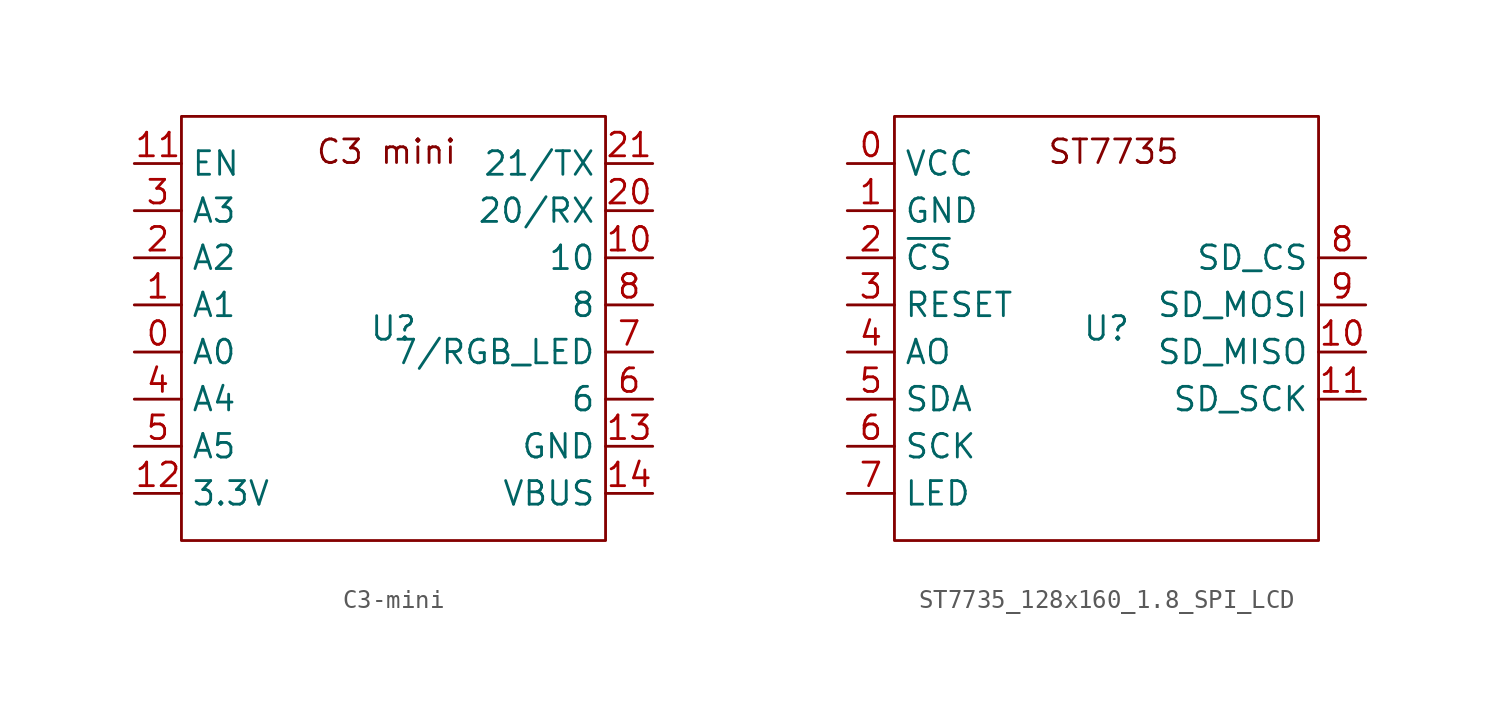
<source format=kicad_sym>
(kicad_symbol_lib
  (version 20240819)
  (generator "kicad_symbol_editor")
  (generator_version "8.99")
  (symbol "C3-mini"
    (property "Reference" "U"
      (at 0 0 0)
      (effects (font (size 1.27 1.27))))
    (property "Value" ""
      (at 0 0 0)
      (effects (font (size 1.27 1.27))))
    (symbol "C3-mini_0_1"
      (rectangle (start -11.43 11.43) (end 11.43 -11.43) (stroke (width 0) (type default)) (fill (type none))))
    (symbol "C3-mini_1_1"
      (text "C3 mini\n" (at -0.381 9.525 0) (effects (font (size 1.27 1.27))))
      (pin input line (at -13.97 8.89 0) (length 2.54) (name "EN" (effects (font (size 1.27 1.27)))) (number "11" (effects (font (size 1.27 1.27)))))
      (pin bidirectional line (at -13.97 6.35 0) (length 2.54) (name "A3" (effects (font (size 1.27 1.27)))) (number "3" (effects (font (size 1.27 1.27)))))
      (pin bidirectional line (at -13.97 3.81 0) (length 2.54) (name "A2" (effects (font (size 1.27 1.27)))) (number "2" (effects (font (size 1.27 1.27)))))
      (pin bidirectional line (at -13.97 1.27 0) (length 2.54) (name "A1" (effects (font (size 1.27 1.27)))) (number "1" (effects (font (size 1.27 1.27)))))
      (pin bidirectional line (at -13.97 -1.27 0) (length 2.54) (name "A0" (effects (font (size 1.27 1.27)))) (number "0" (effects (font (size 1.27 1.27)))))
      (pin bidirectional line (at -13.97 -3.81 0) (length 2.54) (name "A4" (effects (font (size 1.27 1.27)))) (number "4" (effects (font (size 1.27 1.27)))))
      (pin bidirectional line (at -13.97 -6.35 0) (length 2.54) (name "A5" (effects (font (size 1.27 1.27)))) (number "5" (effects (font (size 1.27 1.27)))))
      (pin power_out line (at -13.97 -8.89 0) (length 2.54) (name "3.3V" (effects (font (size 1.27 1.27)))) (number "12" (effects (font (size 1.27 1.27)))))
      (pin bidirectional line (at 13.97 8.89 180) (length 2.54) (name "21/TX" (effects (font (size 1.27 1.27)))) (number "21" (effects (font (size 1.27 1.27)))))
      (pin bidirectional line (at 13.97 6.35 180) (length 2.54) (name "20/RX" (effects (font (size 1.27 1.27)))) (number "20" (effects (font (size 1.27 1.27)))))
      (pin bidirectional line (at 13.97 3.81 180) (length 2.54) (name "10" (effects (font (size 1.27 1.27)))) (number "10" (effects (font (size 1.27 1.27)))))
      (pin bidirectional line (at 13.97 1.27 180) (length 2.54) (name "8" (effects (font (size 1.27 1.27)))) (number "8" (effects (font (size 1.27 1.27)))))
      (pin bidirectional line (at 13.97 -1.27 180) (length 2.54) (name "7/RGB_LED" (effects (font (size 1.27 1.27)))) (number "7" (effects (font (size 1.27 1.27)))))
      (pin bidirectional line (at 13.97 -3.81 180) (length 2.54) (name "6" (effects (font (size 1.27 1.27)))) (number "6" (effects (font (size 1.27 1.27)))))
      (pin power_out line (at 13.97 -6.35 180) (length 2.54) (name "GND" (effects (font (size 1.27 1.27)))) (number "13" (effects (font (size 1.27 1.27)))))
      (pin power_in line (at 13.97 -8.89 180) (length 2.54) (name "VBUS" (effects (font (size 1.27 1.27)))) (number "14" (effects (font (size 1.27 1.27)))))))
  (symbol "ST7735_128x160_1.8_SPI_LCD"
    (property "Reference" "U"
      (at 0 0 0)
      (effects (font (size 1.27 1.27))))
    (property "Value" ""
      (at 0 0 0)
      (effects (font (size 1.27 1.27))))
    (symbol "ST7735_128x160_1.8_SPI_LCD_0_1"
      (rectangle (start -11.43 11.43) (end 11.43 -11.43) (stroke (width 0) (type default)) (fill (type none))))
    (symbol "ST7735_128x160_1.8_SPI_LCD_1_1"
      (text "ST7735" (at 0.381 9.525 0) (effects (font (size 1.27 1.27))))
      (pin power_out line (at -13.97 8.89 0) (length 2.54) (name "VCC" (effects (font (size 1.27 1.27)))) (number "0" (effects (font (size 1.27 1.27)))))
      (pin power_out line (at -13.97 6.35 0) (length 2.54) (name "GND" (effects (font (size 1.27 1.27)))) (number "1" (effects (font (size 1.27 1.27)))))
      (pin input line (at -13.97 3.81 0) (length 2.54) (name "~{CS}" (effects (font (size 1.27 1.27)))) (number "2" (effects (font (size 1.27 1.27)))))
      (pin input line (at -13.97 1.27 0) (length 2.54) (name "RESET" (effects (font (size 1.27 1.27)))) (number "3" (effects (font (size 1.27 1.27)))))
      (pin input line (at -13.97 -1.27 0) (length 2.54) (name "AO" (effects (font (size 1.27 1.27)))) (number "4" (effects (font (size 1.27 1.27)))))
      (pin input line (at -13.97 -3.81 0) (length 2.54) (name "SDA" (effects (font (size 1.27 1.27)))) (number "5" (effects (font (size 1.27 1.27)))))
      (pin input line (at -13.97 -6.35 0) (length 2.54) (name "SCK" (effects (font (size 1.27 1.27)))) (number "6" (effects (font (size 1.27 1.27)))))
      (pin input line (at -13.97 -8.89 0) (length 2.54) (name "LED" (effects (font (size 1.27 1.27)))) (number "7" (effects (font (size 1.27 1.27)))))
      (pin input line (at 13.97 3.81 180) (length 2.54) (name "SD_CS" (effects (font (size 1.27 1.27)))) (number "8" (effects (font (size 1.27 1.27)))))
      (pin input line (at 13.97 1.27 180) (length 2.54) (name "SD_MOSI" (effects (font (size 1.27 1.27)))) (number "9" (effects (font (size 1.27 1.27)))))
      (pin output line (at 13.97 -1.27 180) (length 2.54) (name "SD_MISO" (effects (font (size 1.27 1.27)))) (number "10" (effects (font (size 1.27 1.27)))))
      (pin input line (at 13.97 -3.81 180) (length 2.54) (name "SD_SCK" (effects (font (size 1.27 1.27)))) (number "11" (effects (font (size 1.27 1.27))))))))
</source>
